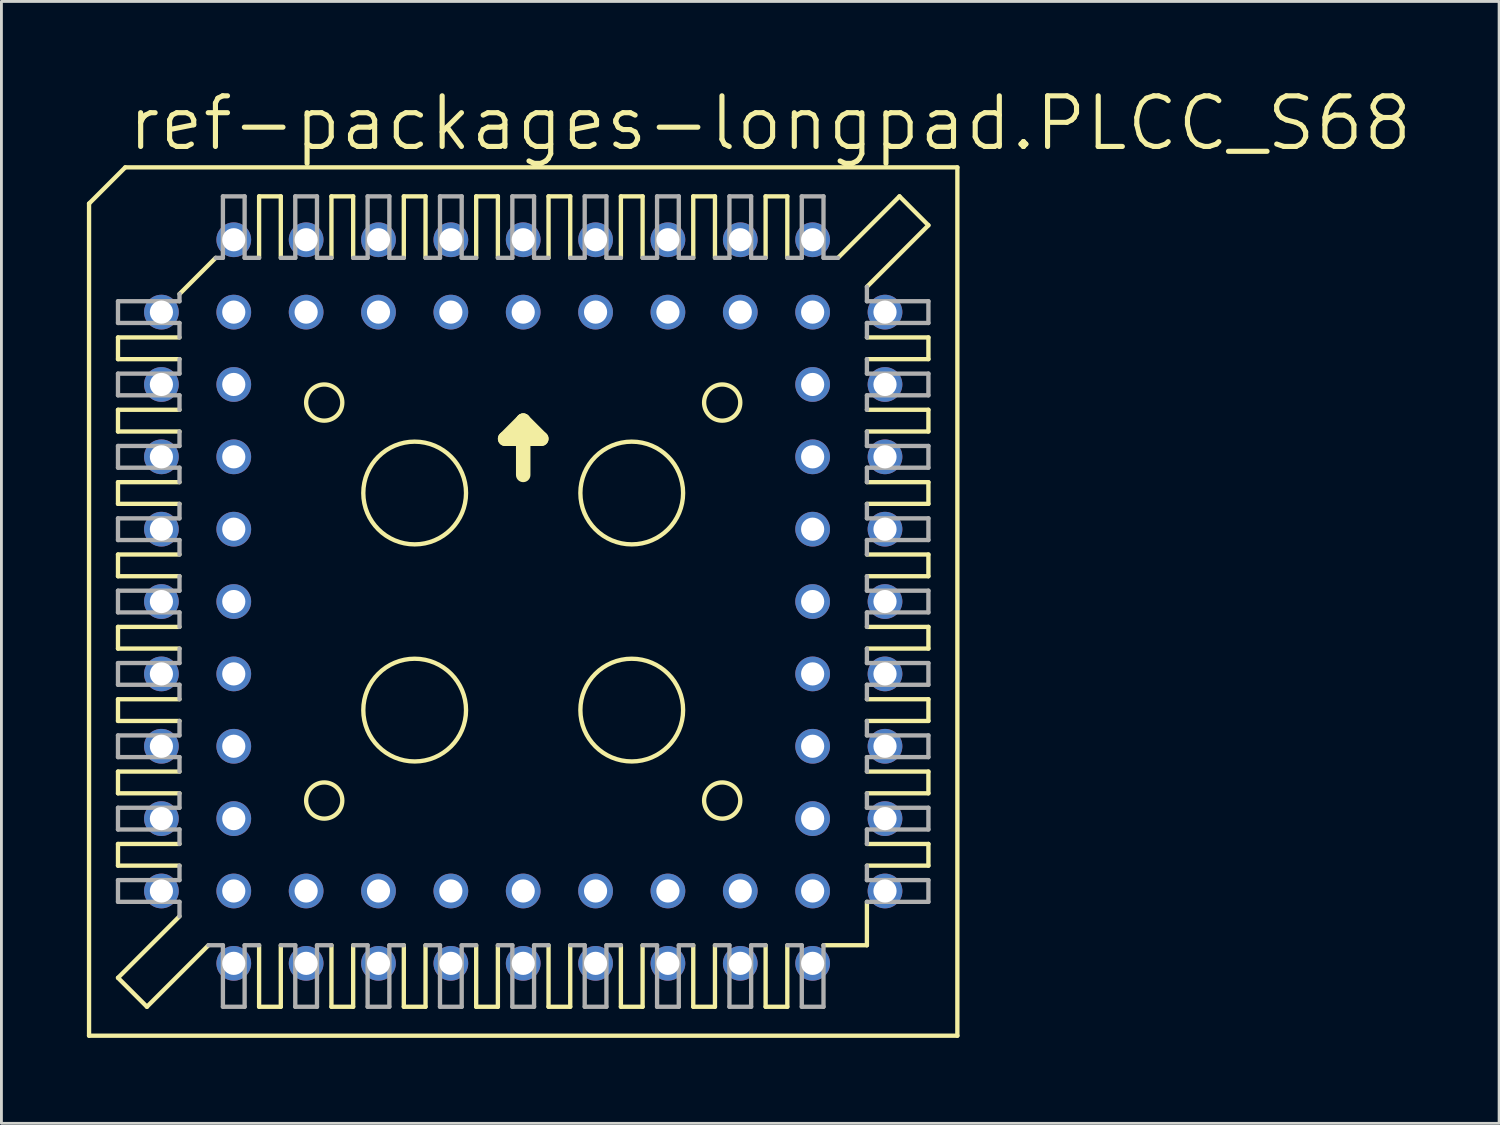
<source format=kicad_pcb>
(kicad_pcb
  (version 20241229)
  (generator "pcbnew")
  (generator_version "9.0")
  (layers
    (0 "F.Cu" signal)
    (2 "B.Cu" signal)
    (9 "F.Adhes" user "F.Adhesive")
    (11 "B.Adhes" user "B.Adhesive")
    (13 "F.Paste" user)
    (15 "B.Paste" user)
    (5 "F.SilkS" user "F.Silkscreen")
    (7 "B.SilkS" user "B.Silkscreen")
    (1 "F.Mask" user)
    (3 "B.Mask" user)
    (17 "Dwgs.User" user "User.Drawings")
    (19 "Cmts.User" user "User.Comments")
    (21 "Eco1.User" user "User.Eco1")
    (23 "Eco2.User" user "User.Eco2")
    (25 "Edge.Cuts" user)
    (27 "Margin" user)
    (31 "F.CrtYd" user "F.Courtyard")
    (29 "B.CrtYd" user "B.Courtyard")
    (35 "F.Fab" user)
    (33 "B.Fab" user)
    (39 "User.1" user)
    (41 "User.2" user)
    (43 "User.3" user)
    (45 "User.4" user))
  (footprint "ref-packages-longpad.PLCC_S68"
    (layer "F.Cu")
    (at 15.316 18.066)
    (property "Reference" "ref-packages-longpad.PLCC_S68" (at -13.97 -15.748 0) (layer "F.SilkS") (effects (font (size 1.778 1.778) (thickness 0.18)) (justify left bottom)))
    (attr through_hole)
    (fp_line (start -15.24 -13.97) (end -15.24 15.24) (stroke (width 0.152) (type default)) (layer "F.SilkS"))
    (fp_line (start -14.224 -9.271) (end -14.224 -8.509) (stroke (width 0.152) (type default)) (layer "F.SilkS"))
    (fp_line (start -14.224 -9.271) (end -12.065 -9.271) (stroke (width 0.152) (type default)) (layer "F.SilkS"))
    (fp_line (start -14.224 -6.731) (end -14.224 -5.969) (stroke (width 0.152) (type default)) (layer "F.SilkS"))
    (fp_line (start -14.224 -6.731) (end -12.065 -6.731) (stroke (width 0.152) (type default)) (layer "F.SilkS"))
    (fp_line (start -14.224 -4.191) (end -14.224 -3.429) (stroke (width 0.152) (type default)) (layer "F.SilkS"))
    (fp_line (start -14.224 -4.191) (end -12.065 -4.191) (stroke (width 0.152) (type default)) (layer "F.SilkS"))
    (fp_line (start -14.224 -0.889) (end -14.224 -1.651) (stroke (width 0.152) (type default)) (layer "F.SilkS"))
    (fp_line (start -14.224 -0.889) (end -12.065 -0.889) (stroke (width 0.152) (type default)) (layer "F.SilkS"))
    (fp_line (start -14.224 1.651) (end -14.224 0.889) (stroke (width 0.152) (type default)) (layer "F.SilkS"))
    (fp_line (start -14.224 1.651) (end -12.065 1.651) (stroke (width 0.152) (type default)) (layer "F.SilkS"))
    (fp_line (start -14.224 4.191) (end -14.224 3.429) (stroke (width 0.152) (type default)) (layer "F.SilkS"))
    (fp_line (start -14.224 4.191) (end -12.065 4.191) (stroke (width 0.152) (type default)) (layer "F.SilkS"))
    (fp_line (start -14.224 5.969) (end -14.224 6.731) (stroke (width 0.152) (type default)) (layer "F.SilkS"))
    (fp_line (start -14.224 5.969) (end -12.065 5.969) (stroke (width 0.152) (type default)) (layer "F.SilkS"))
    (fp_line (start -14.224 8.509) (end -14.224 9.271) (stroke (width 0.152) (type default)) (layer "F.SilkS"))
    (fp_line (start -14.224 8.509) (end -12.065 8.509) (stroke (width 0.152) (type default)) (layer "F.SilkS"))
    (fp_line (start -14.224 13.208) (end -12.065 11.049) (stroke (width 0.152) (type default)) (layer "F.SilkS"))
    (fp_line (start -13.97 -15.24) (end -15.24 -13.97) (stroke (width 0.152) (type default)) (layer "F.SilkS"))
    (fp_line (start -13.208 14.224) (end -14.224 13.208) (stroke (width 0.152) (type default)) (layer "F.SilkS"))
    (fp_line (start -13.208 14.224) (end -11.049 12.065) (stroke (width 0.152) (type default)) (layer "F.SilkS"))
    (fp_line (start -12.065 -10.795) (end -10.795 -12.065) (stroke (width 0.152) (type default)) (layer "F.SilkS"))
    (fp_line (start -12.065 -8.509) (end -14.224 -8.509) (stroke (width 0.152) (type default)) (layer "F.SilkS"))
    (fp_line (start -12.065 -5.969) (end -14.224 -5.969) (stroke (width 0.152) (type default)) (layer "F.SilkS"))
    (fp_line (start -12.065 -3.429) (end -14.224 -3.429) (stroke (width 0.152) (type default)) (layer "F.SilkS"))
    (fp_line (start -12.065 -1.651) (end -14.224 -1.651) (stroke (width 0.152) (type default)) (layer "F.SilkS"))
    (fp_line (start -12.065 0.889) (end -14.224 0.889) (stroke (width 0.152) (type default)) (layer "F.SilkS"))
    (fp_line (start -12.065 3.429) (end -14.224 3.429) (stroke (width 0.152) (type default)) (layer "F.SilkS"))
    (fp_line (start -12.065 6.731) (end -14.224 6.731) (stroke (width 0.152) (type default)) (layer "F.SilkS"))
    (fp_line (start -12.065 9.271) (end -14.224 9.271) (stroke (width 0.152) (type default)) (layer "F.SilkS"))
    (fp_line (start -9.271 -12.065) (end -9.271 -14.224) (stroke (width 0.152) (type default)) (layer "F.SilkS"))
    (fp_line (start -9.271 14.224) (end -9.271 12.065) (stroke (width 0.152) (type default)) (layer "F.SilkS"))
    (fp_line (start -9.271 14.224) (end -8.509 14.224) (stroke (width 0.152) (type default)) (layer "F.SilkS"))
    (fp_line (start -8.509 -14.224) (end -9.271 -14.224) (stroke (width 0.152) (type default)) (layer "F.SilkS"))
    (fp_line (start -8.509 -14.224) (end -8.509 -12.065) (stroke (width 0.152) (type default)) (layer "F.SilkS"))
    (fp_line (start -8.509 12.065) (end -8.509 14.224) (stroke (width 0.152) (type default)) (layer "F.SilkS"))
    (fp_line (start -6.731 -12.065) (end -6.731 -14.224) (stroke (width 0.152) (type default)) (layer "F.SilkS"))
    (fp_line (start -6.731 14.224) (end -6.731 12.065) (stroke (width 0.152) (type default)) (layer "F.SilkS"))
    (fp_line (start -6.731 14.224) (end -5.969 14.224) (stroke (width 0.152) (type default)) (layer "F.SilkS"))
    (fp_line (start -5.969 -14.224) (end -6.731 -14.224) (stroke (width 0.152) (type default)) (layer "F.SilkS"))
    (fp_line (start -5.969 -14.224) (end -5.969 -12.065) (stroke (width 0.152) (type default)) (layer "F.SilkS"))
    (fp_line (start -5.969 12.065) (end -5.969 14.224) (stroke (width 0.152) (type default)) (layer "F.SilkS"))
    (fp_line (start -4.191 -12.065) (end -4.191 -14.224) (stroke (width 0.152) (type default)) (layer "F.SilkS"))
    (fp_line (start -4.191 14.224) (end -4.191 12.065) (stroke (width 0.152) (type default)) (layer "F.SilkS"))
    (fp_line (start -4.191 14.224) (end -3.429 14.224) (stroke (width 0.152) (type default)) (layer "F.SilkS"))
    (fp_line (start -3.429 -14.224) (end -4.191 -14.224) (stroke (width 0.152) (type default)) (layer "F.SilkS"))
    (fp_line (start -3.429 -14.224) (end -3.429 -12.065) (stroke (width 0.152) (type default)) (layer "F.SilkS"))
    (fp_line (start -3.429 12.065) (end -3.429 14.224) (stroke (width 0.152) (type default)) (layer "F.SilkS"))
    (fp_line (start -1.651 -12.065) (end -1.651 -14.224) (stroke (width 0.152) (type default)) (layer "F.SilkS"))
    (fp_line (start -1.651 14.224) (end -1.651 12.065) (stroke (width 0.152) (type default)) (layer "F.SilkS"))
    (fp_line (start -1.651 14.224) (end -0.889 14.224) (stroke (width 0.152) (type default)) (layer "F.SilkS"))
    (fp_line (start -0.889 -14.224) (end -1.651 -14.224) (stroke (width 0.152) (type default)) (layer "F.SilkS"))
    (fp_line (start -0.889 -14.224) (end -0.889 -12.065) (stroke (width 0.152) (type default)) (layer "F.SilkS"))
    (fp_line (start -0.889 12.065) (end -0.889 14.224) (stroke (width 0.152) (type default)) (layer "F.SilkS"))
    (fp_line (start -0.635 -5.715) (end 0 -6.35) (stroke (width 0.508) (type default)) (layer "F.SilkS"))
    (fp_line (start 0 -6.35) (end 0 -4.445) (stroke (width 0.508) (type default)) (layer "F.SilkS"))
    (fp_line (start 0 -6.35) (end 0.635 -5.715) (stroke (width 0.508) (type default)) (layer "F.SilkS"))
    (fp_line (start 0.635 -5.715) (end -0.635 -5.715) (stroke (width 0.508) (type default)) (layer "F.SilkS"))
    (fp_line (start 0.889 -12.065) (end 0.889 -14.224) (stroke (width 0.152) (type default)) (layer "F.SilkS"))
    (fp_line (start 0.889 14.224) (end 0.889 12.065) (stroke (width 0.152) (type default)) (layer "F.SilkS"))
    (fp_line (start 0.889 14.224) (end 1.651 14.224) (stroke (width 0.152) (type default)) (layer "F.SilkS"))
    (fp_line (start 1.651 -14.224) (end 0.889 -14.224) (stroke (width 0.152) (type default)) (layer "F.SilkS"))
    (fp_line (start 1.651 -14.224) (end 1.651 -12.065) (stroke (width 0.152) (type default)) (layer "F.SilkS"))
    (fp_line (start 1.651 12.065) (end 1.651 14.224) (stroke (width 0.152) (type default)) (layer "F.SilkS"))
    (fp_line (start 3.429 -12.065) (end 3.429 -14.224) (stroke (width 0.152) (type default)) (layer "F.SilkS"))
    (fp_line (start 3.429 14.224) (end 3.429 12.065) (stroke (width 0.152) (type default)) (layer "F.SilkS"))
    (fp_line (start 3.429 14.224) (end 4.191 14.224) (stroke (width 0.152) (type default)) (layer "F.SilkS"))
    (fp_line (start 4.191 -14.224) (end 3.429 -14.224) (stroke (width 0.152) (type default)) (layer "F.SilkS"))
    (fp_line (start 4.191 -14.224) (end 4.191 -12.065) (stroke (width 0.152) (type default)) (layer "F.SilkS"))
    (fp_line (start 4.191 12.065) (end 4.191 14.224) (stroke (width 0.152) (type default)) (layer "F.SilkS"))
    (fp_line (start 5.969 -12.065) (end 5.969 -14.224) (stroke (width 0.152) (type default)) (layer "F.SilkS"))
    (fp_line (start 5.969 14.224) (end 5.969 12.065) (stroke (width 0.152) (type default)) (layer "F.SilkS"))
    (fp_line (start 5.969 14.224) (end 6.731 14.224) (stroke (width 0.152) (type default)) (layer "F.SilkS"))
    (fp_line (start 6.731 -14.224) (end 5.969 -14.224) (stroke (width 0.152) (type default)) (layer "F.SilkS"))
    (fp_line (start 6.731 -14.224) (end 6.731 -12.065) (stroke (width 0.152) (type default)) (layer "F.SilkS"))
    (fp_line (start 6.731 12.065) (end 6.731 14.224) (stroke (width 0.152) (type default)) (layer "F.SilkS"))
    (fp_line (start 8.509 -12.065) (end 8.509 -14.224) (stroke (width 0.152) (type default)) (layer "F.SilkS"))
    (fp_line (start 8.509 14.224) (end 8.509 12.065) (stroke (width 0.152) (type default)) (layer "F.SilkS"))
    (fp_line (start 8.509 14.224) (end 9.271 14.224) (stroke (width 0.152) (type default)) (layer "F.SilkS"))
    (fp_line (start 9.271 -14.224) (end 8.509 -14.224) (stroke (width 0.152) (type default)) (layer "F.SilkS"))
    (fp_line (start 9.271 -14.224) (end 9.271 -12.065) (stroke (width 0.152) (type default)) (layer "F.SilkS"))
    (fp_line (start 9.271 14.224) (end 9.271 12.065) (stroke (width 0.152) (type default)) (layer "F.SilkS"))
    (fp_line (start 10.541 12.065) (end 12.065 12.065) (stroke (width 0.152) (type default)) (layer "F.SilkS"))
    (fp_line (start 12.065 -9.271) (end 14.224 -9.271) (stroke (width 0.152) (type default)) (layer "F.SilkS"))
    (fp_line (start 12.065 -6.731) (end 14.224 -6.731) (stroke (width 0.152) (type default)) (layer "F.SilkS"))
    (fp_line (start 12.065 -3.429) (end 14.224 -3.429) (stroke (width 0.152) (type default)) (layer "F.SilkS"))
    (fp_line (start 12.065 -0.889) (end 14.224 -0.889) (stroke (width 0.152) (type default)) (layer "F.SilkS"))
    (fp_line (start 12.065 1.651) (end 14.224 1.651) (stroke (width 0.152) (type default)) (layer "F.SilkS"))
    (fp_line (start 12.065 3.429) (end 14.224 3.429) (stroke (width 0.152) (type default)) (layer "F.SilkS"))
    (fp_line (start 12.065 5.969) (end 14.224 5.969) (stroke (width 0.152) (type default)) (layer "F.SilkS"))
    (fp_line (start 12.065 8.509) (end 14.224 8.509) (stroke (width 0.152) (type default)) (layer "F.SilkS"))
    (fp_line (start 12.065 12.065) (end 12.065 10.541) (stroke (width 0.152) (type default)) (layer "F.SilkS"))
    (fp_line (start 13.208 -14.224) (end 11.049 -12.065) (stroke (width 0.152) (type default)) (layer "F.SilkS"))
    (fp_line (start 14.224 -13.208) (end 12.065 -11.049) (stroke (width 0.152) (type default)) (layer "F.SilkS"))
    (fp_line (start 14.224 -13.208) (end 13.208 -14.224) (stroke (width 0.152) (type default)) (layer "F.SilkS"))
    (fp_line (start 14.224 -8.509) (end 12.065 -8.509) (stroke (width 0.152) (type default)) (layer "F.SilkS"))
    (fp_line (start 14.224 -8.509) (end 14.224 -9.271) (stroke (width 0.152) (type default)) (layer "F.SilkS"))
    (fp_line (start 14.224 -5.969) (end 12.065 -5.969) (stroke (width 0.152) (type default)) (layer "F.SilkS"))
    (fp_line (start 14.224 -5.969) (end 14.224 -6.731) (stroke (width 0.152) (type default)) (layer "F.SilkS"))
    (fp_line (start 14.224 -4.191) (end 12.065 -4.191) (stroke (width 0.152) (type default)) (layer "F.SilkS"))
    (fp_line (start 14.224 -4.191) (end 14.224 -3.429) (stroke (width 0.152) (type default)) (layer "F.SilkS"))
    (fp_line (start 14.224 -1.651) (end 12.065 -1.651) (stroke (width 0.152) (type default)) (layer "F.SilkS"))
    (fp_line (start 14.224 -1.651) (end 14.224 -0.889) (stroke (width 0.152) (type default)) (layer "F.SilkS"))
    (fp_line (start 14.224 0.889) (end 12.065 0.889) (stroke (width 0.152) (type default)) (layer "F.SilkS"))
    (fp_line (start 14.224 0.889) (end 14.224 1.651) (stroke (width 0.152) (type default)) (layer "F.SilkS"))
    (fp_line (start 14.224 4.191) (end 12.065 4.191) (stroke (width 0.152) (type default)) (layer "F.SilkS"))
    (fp_line (start 14.224 4.191) (end 14.224 3.429) (stroke (width 0.152) (type default)) (layer "F.SilkS"))
    (fp_line (start 14.224 6.731) (end 12.065 6.731) (stroke (width 0.152) (type default)) (layer "F.SilkS"))
    (fp_line (start 14.224 6.731) (end 14.224 5.969) (stroke (width 0.152) (type default)) (layer "F.SilkS"))
    (fp_line (start 14.224 9.271) (end 12.065 9.271) (stroke (width 0.152) (type default)) (layer "F.SilkS"))
    (fp_line (start 14.224 9.271) (end 14.224 8.509) (stroke (width 0.152) (type default)) (layer "F.SilkS"))
    (fp_line (start 15.24 -15.24) (end -13.97 -15.24) (stroke (width 0.152) (type default)) (layer "F.SilkS"))
    (fp_line (start 15.24 15.24) (end -15.24 15.24) (stroke (width 0.152) (type default)) (layer "F.SilkS"))
    (fp_line (start 15.24 15.24) (end 15.24 -15.24) (stroke (width 0.152) (type default)) (layer "F.SilkS"))
    (fp_circle (center -6.985 -6.985) (end -6.35 -6.985) (stroke (width 0.152) (type default)) (fill no) (layer "F.SilkS"))
    (fp_circle (center -6.985 6.985) (end -6.35 6.985) (stroke (width 0.152) (type default)) (fill no) (layer "F.SilkS"))
    (fp_circle (center -3.81 -3.81) (end -2.007 -3.81) (stroke (width 0.152) (type default)) (fill no) (layer "F.SilkS"))
    (fp_circle (center -3.81 3.81) (end -2.007 3.81) (stroke (width 0.152) (type default)) (fill no) (layer "F.SilkS"))
    (fp_circle (center 3.81 -3.81) (end 5.613 -3.81) (stroke (width 0.152) (type default)) (fill no) (layer "F.SilkS"))
    (fp_circle (center 3.81 3.81) (end 5.613 3.81) (stroke (width 0.152) (type default)) (fill no) (layer "F.SilkS"))
    (fp_circle (center 6.985 -6.985) (end 7.62 -6.985) (stroke (width 0.152) (type default)) (fill no) (layer "F.SilkS"))
    (fp_circle (center 6.985 6.985) (end 7.62 6.985) (stroke (width 0.152) (type default)) (fill no) (layer "F.SilkS"))
    (fp_line (start -14.224 -10.541) (end -14.224 -9.779) (stroke (width 0.152) (type default)) (layer "F.Fab"))
    (fp_line (start -14.224 -10.541) (end -12.065 -10.541) (stroke (width 0.152) (type default)) (layer "F.Fab"))
    (fp_line (start -14.224 -7.239) (end -14.224 -8.001) (stroke (width 0.152) (type default)) (layer "F.Fab"))
    (fp_line (start -14.224 -7.239) (end -12.065 -7.239) (stroke (width 0.152) (type default)) (layer "F.Fab"))
    (fp_line (start -14.224 -5.461) (end -14.224 -4.699) (stroke (width 0.152) (type default)) (layer "F.Fab"))
    (fp_line (start -14.224 -5.461) (end -12.065 -5.461) (stroke (width 0.152) (type default)) (layer "F.Fab"))
    (fp_line (start -14.224 -2.921) (end -14.224 -2.159) (stroke (width 0.152) (type default)) (layer "F.Fab"))
    (fp_line (start -14.224 -2.921) (end -12.065 -2.921) (stroke (width 0.152) (type default)) (layer "F.Fab"))
    (fp_line (start -14.224 0.381) (end -14.224 -0.381) (stroke (width 0.152) (type default)) (layer "F.Fab"))
    (fp_line (start -14.224 0.381) (end -12.065 0.381) (stroke (width 0.152) (type default)) (layer "F.Fab"))
    (fp_line (start -14.224 2.921) (end -14.224 2.159) (stroke (width 0.152) (type default)) (layer "F.Fab"))
    (fp_line (start -14.224 2.921) (end -12.065 2.921) (stroke (width 0.152) (type default)) (layer "F.Fab"))
    (fp_line (start -14.224 5.461) (end -14.224 4.699) (stroke (width 0.152) (type default)) (layer "F.Fab"))
    (fp_line (start -14.224 5.461) (end -12.065 5.461) (stroke (width 0.152) (type default)) (layer "F.Fab"))
    (fp_line (start -14.224 7.239) (end -14.224 8.001) (stroke (width 0.152) (type default)) (layer "F.Fab"))
    (fp_line (start -14.224 7.239) (end -12.065 7.239) (stroke (width 0.152) (type default)) (layer "F.Fab"))
    (fp_line (start -14.224 9.779) (end -12.065 9.779) (stroke (width 0.152) (type default)) (layer "F.Fab"))
    (fp_line (start -14.224 10.541) (end -14.224 9.779) (stroke (width 0.152) (type default)) (layer "F.Fab"))
    (fp_line (start -14.224 10.541) (end -12.065 10.541) (stroke (width 0.152) (type default)) (layer "F.Fab"))
    (fp_line (start -12.065 -10.541) (end -12.065 -10.795) (stroke (width 0.152) (type default)) (layer "F.Fab"))
    (fp_line (start -12.065 -9.779) (end -14.224 -9.779) (stroke (width 0.152) (type default)) (layer "F.Fab"))
    (fp_line (start -12.065 -9.779) (end -12.065 -9.271) (stroke (width 0.152) (type default)) (layer "F.Fab"))
    (fp_line (start -12.065 -8.001) (end -14.224 -8.001) (stroke (width 0.152) (type default)) (layer "F.Fab"))
    (fp_line (start -12.065 -8.001) (end -12.065 -8.509) (stroke (width 0.152) (type default)) (layer "F.Fab"))
    (fp_line (start -12.065 -6.731) (end -12.065 -7.239) (stroke (width 0.152) (type default)) (layer "F.Fab"))
    (fp_line (start -12.065 -5.969) (end -12.065 -5.461) (stroke (width 0.152) (type default)) (layer "F.Fab"))
    (fp_line (start -12.065 -4.699) (end -14.224 -4.699) (stroke (width 0.152) (type default)) (layer "F.Fab"))
    (fp_line (start -12.065 -4.699) (end -12.065 -4.191) (stroke (width 0.152) (type default)) (layer "F.Fab"))
    (fp_line (start -12.065 -3.429) (end -12.065 -2.921) (stroke (width 0.152) (type default)) (layer "F.Fab"))
    (fp_line (start -12.065 -2.159) (end -14.224 -2.159) (stroke (width 0.152) (type default)) (layer "F.Fab"))
    (fp_line (start -12.065 -2.159) (end -12.065 -1.651) (stroke (width 0.152) (type default)) (layer "F.Fab"))
    (fp_line (start -12.065 -0.381) (end -14.224 -0.381) (stroke (width 0.152) (type default)) (layer "F.Fab"))
    (fp_line (start -12.065 -0.381) (end -12.065 -0.889) (stroke (width 0.152) (type default)) (layer "F.Fab"))
    (fp_line (start -12.065 0.889) (end -12.065 0.381) (stroke (width 0.152) (type default)) (layer "F.Fab"))
    (fp_line (start -12.065 2.159) (end -14.224 2.159) (stroke (width 0.152) (type default)) (layer "F.Fab"))
    (fp_line (start -12.065 2.159) (end -12.065 1.651) (stroke (width 0.152) (type default)) (layer "F.Fab"))
    (fp_line (start -12.065 3.429) (end -12.065 2.921) (stroke (width 0.152) (type default)) (layer "F.Fab"))
    (fp_line (start -12.065 4.699) (end -14.224 4.699) (stroke (width 0.152) (type default)) (layer "F.Fab"))
    (fp_line (start -12.065 4.699) (end -12.065 4.191) (stroke (width 0.152) (type default)) (layer "F.Fab"))
    (fp_line (start -12.065 5.461) (end -12.065 5.969) (stroke (width 0.152) (type default)) (layer "F.Fab"))
    (fp_line (start -12.065 6.731) (end -12.065 7.239) (stroke (width 0.152) (type default)) (layer "F.Fab"))
    (fp_line (start -12.065 8.001) (end -14.224 8.001) (stroke (width 0.152) (type default)) (layer "F.Fab"))
    (fp_line (start -12.065 8.001) (end -12.065 8.509) (stroke (width 0.152) (type default)) (layer "F.Fab"))
    (fp_line (start -12.065 9.271) (end -12.065 9.779) (stroke (width 0.152) (type default)) (layer "F.Fab"))
    (fp_line (start -12.065 11.049) (end -12.065 10.541) (stroke (width 0.152) (type default)) (layer "F.Fab"))
    (fp_line (start -11.049 12.065) (end -10.541 12.065) (stroke (width 0.152) (type default)) (layer "F.Fab"))
    (fp_line (start -10.795 -12.065) (end -10.541 -12.065) (stroke (width 0.152) (type default)) (layer "F.Fab"))
    (fp_line (start -10.541 -12.065) (end -10.541 -14.224) (stroke (width 0.152) (type default)) (layer "F.Fab"))
    (fp_line (start -10.541 14.224) (end -10.541 12.065) (stroke (width 0.152) (type default)) (layer "F.Fab"))
    (fp_line (start -10.541 14.224) (end -9.779 14.224) (stroke (width 0.152) (type default)) (layer "F.Fab"))
    (fp_line (start -9.779 -14.224) (end -10.541 -14.224) (stroke (width 0.152) (type default)) (layer "F.Fab"))
    (fp_line (start -9.779 -14.224) (end -9.779 -12.065) (stroke (width 0.152) (type default)) (layer "F.Fab"))
    (fp_line (start -9.779 12.065) (end -9.779 14.224) (stroke (width 0.152) (type default)) (layer "F.Fab"))
    (fp_line (start -9.779 12.065) (end -9.271 12.065) (stroke (width 0.152) (type default)) (layer "F.Fab"))
    (fp_line (start -9.271 -12.065) (end -9.779 -12.065) (stroke (width 0.152) (type default)) (layer "F.Fab"))
    (fp_line (start -8.001 -12.065) (end -8.509 -12.065) (stroke (width 0.152) (type default)) (layer "F.Fab"))
    (fp_line (start -8.001 -12.065) (end -8.001 -14.224) (stroke (width 0.152) (type default)) (layer "F.Fab"))
    (fp_line (start -8.001 12.065) (end -8.509 12.065) (stroke (width 0.152) (type default)) (layer "F.Fab"))
    (fp_line (start -8.001 12.065) (end -8.001 14.224) (stroke (width 0.152) (type default)) (layer "F.Fab"))
    (fp_line (start -7.239 -14.224) (end -8.001 -14.224) (stroke (width 0.152) (type default)) (layer "F.Fab"))
    (fp_line (start -7.239 -14.224) (end -7.239 -12.065) (stroke (width 0.152) (type default)) (layer "F.Fab"))
    (fp_line (start -7.239 14.224) (end -8.001 14.224) (stroke (width 0.152) (type default)) (layer "F.Fab"))
    (fp_line (start -7.239 14.224) (end -7.239 12.065) (stroke (width 0.152) (type default)) (layer "F.Fab"))
    (fp_line (start -6.731 -12.065) (end -7.239 -12.065) (stroke (width 0.152) (type default)) (layer "F.Fab"))
    (fp_line (start -6.731 12.065) (end -7.239 12.065) (stroke (width 0.152) (type default)) (layer "F.Fab"))
    (fp_line (start -5.969 12.065) (end -5.461 12.065) (stroke (width 0.152) (type default)) (layer "F.Fab"))
    (fp_line (start -5.461 -12.065) (end -5.969 -12.065) (stroke (width 0.152) (type default)) (layer "F.Fab"))
    (fp_line (start -5.461 -12.065) (end -5.461 -14.224) (stroke (width 0.152) (type default)) (layer "F.Fab"))
    (fp_line (start -5.461 14.224) (end -5.461 12.065) (stroke (width 0.152) (type default)) (layer "F.Fab"))
    (fp_line (start -5.461 14.224) (end -4.699 14.224) (stroke (width 0.152) (type default)) (layer "F.Fab"))
    (fp_line (start -4.699 -14.224) (end -5.461 -14.224) (stroke (width 0.152) (type default)) (layer "F.Fab"))
    (fp_line (start -4.699 -14.224) (end -4.699 -12.065) (stroke (width 0.152) (type default)) (layer "F.Fab"))
    (fp_line (start -4.699 12.065) (end -4.699 14.224) (stroke (width 0.152) (type default)) (layer "F.Fab"))
    (fp_line (start -4.699 12.065) (end -4.191 12.065) (stroke (width 0.152) (type default)) (layer "F.Fab"))
    (fp_line (start -4.191 -12.065) (end -4.699 -12.065) (stroke (width 0.152) (type default)) (layer "F.Fab"))
    (fp_line (start -3.429 12.065) (end -2.921 12.065) (stroke (width 0.152) (type default)) (layer "F.Fab"))
    (fp_line (start -2.921 -12.065) (end -3.429 -12.065) (stroke (width 0.152) (type default)) (layer "F.Fab"))
    (fp_line (start -2.921 -12.065) (end -2.921 -14.224) (stroke (width 0.152) (type default)) (layer "F.Fab"))
    (fp_line (start -2.921 14.224) (end -2.921 12.065) (stroke (width 0.152) (type default)) (layer "F.Fab"))
    (fp_line (start -2.921 14.224) (end -2.159 14.224) (stroke (width 0.152) (type default)) (layer "F.Fab"))
    (fp_line (start -2.159 -14.224) (end -2.921 -14.224) (stroke (width 0.152) (type default)) (layer "F.Fab"))
    (fp_line (start -2.159 -14.224) (end -2.159 -12.065) (stroke (width 0.152) (type default)) (layer "F.Fab"))
    (fp_line (start -2.159 12.065) (end -2.159 14.224) (stroke (width 0.152) (type default)) (layer "F.Fab"))
    (fp_line (start -2.159 12.065) (end -1.651 12.065) (stroke (width 0.152) (type default)) (layer "F.Fab"))
    (fp_line (start -1.651 -12.065) (end -2.159 -12.065) (stroke (width 0.152) (type default)) (layer "F.Fab"))
    (fp_line (start -0.889 12.065) (end -0.381 12.065) (stroke (width 0.152) (type default)) (layer "F.Fab"))
    (fp_line (start -0.381 -12.065) (end -0.889 -12.065) (stroke (width 0.152) (type default)) (layer "F.Fab"))
    (fp_line (start -0.381 -12.065) (end -0.381 -14.224) (stroke (width 0.152) (type default)) (layer "F.Fab"))
    (fp_line (start -0.381 14.224) (end -0.381 12.065) (stroke (width 0.152) (type default)) (layer "F.Fab"))
    (fp_line (start -0.381 14.224) (end 0.381 14.224) (stroke (width 0.152) (type default)) (layer "F.Fab"))
    (fp_line (start 0.381 -14.224) (end -0.381 -14.224) (stroke (width 0.152) (type default)) (layer "F.Fab"))
    (fp_line (start 0.381 -14.224) (end 0.381 -12.065) (stroke (width 0.152) (type default)) (layer "F.Fab"))
    (fp_line (start 0.381 12.065) (end 0.381 14.224) (stroke (width 0.152) (type default)) (layer "F.Fab"))
    (fp_line (start 0.381 12.065) (end 0.889 12.065) (stroke (width 0.152) (type default)) (layer "F.Fab"))
    (fp_line (start 0.889 -12.065) (end 0.381 -12.065) (stroke (width 0.152) (type default)) (layer "F.Fab"))
    (fp_line (start 1.651 12.065) (end 2.159 12.065) (stroke (width 0.152) (type default)) (layer "F.Fab"))
    (fp_line (start 2.159 -12.065) (end 1.651 -12.065) (stroke (width 0.152) (type default)) (layer "F.Fab"))
    (fp_line (start 2.159 -12.065) (end 2.159 -14.224) (stroke (width 0.152) (type default)) (layer "F.Fab"))
    (fp_line (start 2.159 14.224) (end 2.159 12.065) (stroke (width 0.152) (type default)) (layer "F.Fab"))
    (fp_line (start 2.159 14.224) (end 2.921 14.224) (stroke (width 0.152) (type default)) (layer "F.Fab"))
    (fp_line (start 2.921 -14.224) (end 2.159 -14.224) (stroke (width 0.152) (type default)) (layer "F.Fab"))
    (fp_line (start 2.921 -14.224) (end 2.921 -12.065) (stroke (width 0.152) (type default)) (layer "F.Fab"))
    (fp_line (start 2.921 12.065) (end 2.921 14.224) (stroke (width 0.152) (type default)) (layer "F.Fab"))
    (fp_line (start 2.921 12.065) (end 3.429 12.065) (stroke (width 0.152) (type default)) (layer "F.Fab"))
    (fp_line (start 3.429 -12.065) (end 2.921 -12.065) (stroke (width 0.152) (type default)) (layer "F.Fab"))
    (fp_line (start 4.191 12.065) (end 4.699 12.065) (stroke (width 0.152) (type default)) (layer "F.Fab"))
    (fp_line (start 4.699 -12.065) (end 4.191 -12.065) (stroke (width 0.152) (type default)) (layer "F.Fab"))
    (fp_line (start 4.699 -12.065) (end 4.699 -14.224) (stroke (width 0.152) (type default)) (layer "F.Fab"))
    (fp_line (start 4.699 14.224) (end 4.699 12.065) (stroke (width 0.152) (type default)) (layer "F.Fab"))
    (fp_line (start 4.699 14.224) (end 5.461 14.224) (stroke (width 0.152) (type default)) (layer "F.Fab"))
    (fp_line (start 5.461 -14.224) (end 4.699 -14.224) (stroke (width 0.152) (type default)) (layer "F.Fab"))
    (fp_line (start 5.461 -14.224) (end 5.461 -12.065) (stroke (width 0.152) (type default)) (layer "F.Fab"))
    (fp_line (start 5.461 12.065) (end 5.461 14.224) (stroke (width 0.152) (type default)) (layer "F.Fab"))
    (fp_line (start 5.461 12.065) (end 5.969 12.065) (stroke (width 0.152) (type default)) (layer "F.Fab"))
    (fp_line (start 5.969 -12.065) (end 5.461 -12.065) (stroke (width 0.152) (type default)) (layer "F.Fab"))
    (fp_line (start 6.731 -12.065) (end 7.239 -12.065) (stroke (width 0.152) (type default)) (layer "F.Fab"))
    (fp_line (start 6.731 12.065) (end 7.239 12.065) (stroke (width 0.152) (type default)) (layer "F.Fab"))
    (fp_line (start 7.239 -14.224) (end 7.239 -12.065) (stroke (width 0.152) (type default)) (layer "F.Fab"))
    (fp_line (start 7.239 -14.224) (end 8.001 -14.224) (stroke (width 0.152) (type default)) (layer "F.Fab"))
    (fp_line (start 7.239 14.224) (end 7.239 12.065) (stroke (width 0.152) (type default)) (layer "F.Fab"))
    (fp_line (start 7.239 14.224) (end 8.001 14.224) (stroke (width 0.152) (type default)) (layer "F.Fab"))
    (fp_line (start 8.001 -12.065) (end 8.001 -14.224) (stroke (width 0.152) (type default)) (layer "F.Fab"))
    (fp_line (start 8.001 -12.065) (end 8.509 -12.065) (stroke (width 0.152) (type default)) (layer "F.Fab"))
    (fp_line (start 8.001 12.065) (end 8.001 14.224) (stroke (width 0.152) (type default)) (layer "F.Fab"))
    (fp_line (start 8.001 12.065) (end 8.509 12.065) (stroke (width 0.152) (type default)) (layer "F.Fab"))
    (fp_line (start 9.779 -12.065) (end 9.271 -12.065) (stroke (width 0.152) (type default)) (layer "F.Fab"))
    (fp_line (start 9.779 -12.065) (end 9.779 -14.224) (stroke (width 0.152) (type default)) (layer "F.Fab"))
    (fp_line (start 9.779 12.065) (end 9.271 12.065) (stroke (width 0.152) (type default)) (layer "F.Fab"))
    (fp_line (start 9.779 14.224) (end 9.779 12.065) (stroke (width 0.152) (type default)) (layer "F.Fab"))
    (fp_line (start 9.779 14.224) (end 10.541 14.224) (stroke (width 0.152) (type default)) (layer "F.Fab"))
    (fp_line (start 10.541 -14.224) (end 9.779 -14.224) (stroke (width 0.152) (type default)) (layer "F.Fab"))
    (fp_line (start 10.541 -14.224) (end 10.541 -12.065) (stroke (width 0.152) (type default)) (layer "F.Fab"))
    (fp_line (start 10.541 12.065) (end 10.541 14.224) (stroke (width 0.152) (type default)) (layer "F.Fab"))
    (fp_line (start 11.049 -12.065) (end 10.541 -12.065) (stroke (width 0.152) (type default)) (layer "F.Fab"))
    (fp_line (start 12.065 -11.049) (end 12.065 -10.541) (stroke (width 0.152) (type default)) (layer "F.Fab"))
    (fp_line (start 12.065 -9.779) (end 12.065 -9.271) (stroke (width 0.152) (type default)) (layer "F.Fab"))
    (fp_line (start 12.065 -9.779) (end 14.224 -9.779) (stroke (width 0.152) (type default)) (layer "F.Fab"))
    (fp_line (start 12.065 -8.001) (end 12.065 -8.509) (stroke (width 0.152) (type default)) (layer "F.Fab"))
    (fp_line (start 12.065 -8.001) (end 14.224 -8.001) (stroke (width 0.152) (type default)) (layer "F.Fab"))
    (fp_line (start 12.065 -6.731) (end 12.065 -7.239) (stroke (width 0.152) (type default)) (layer "F.Fab"))
    (fp_line (start 12.065 -5.461) (end 12.065 -5.969) (stroke (width 0.152) (type default)) (layer "F.Fab"))
    (fp_line (start 12.065 -4.699) (end 12.065 -4.191) (stroke (width 0.152) (type default)) (layer "F.Fab"))
    (fp_line (start 12.065 -4.699) (end 14.224 -4.699) (stroke (width 0.152) (type default)) (layer "F.Fab"))
    (fp_line (start 12.065 -3.429) (end 12.065 -2.921) (stroke (width 0.152) (type default)) (layer "F.Fab"))
    (fp_line (start 12.065 -2.159) (end 12.065 -1.651) (stroke (width 0.152) (type default)) (layer "F.Fab"))
    (fp_line (start 12.065 -2.159) (end 14.224 -2.159) (stroke (width 0.152) (type default)) (layer "F.Fab"))
    (fp_line (start 12.065 -0.889) (end 12.065 -0.381) (stroke (width 0.152) (type default)) (layer "F.Fab"))
    (fp_line (start 12.065 0.381) (end 12.065 0.889) (stroke (width 0.152) (type default)) (layer "F.Fab"))
    (fp_line (start 12.065 0.381) (end 14.224 0.381) (stroke (width 0.152) (type default)) (layer "F.Fab"))
    (fp_line (start 12.065 1.651) (end 12.065 2.159) (stroke (width 0.152) (type default)) (layer "F.Fab"))
    (fp_line (start 12.065 2.159) (end 14.224 2.159) (stroke (width 0.152) (type default)) (layer "F.Fab"))
    (fp_line (start 12.065 3.429) (end 12.065 2.921) (stroke (width 0.152) (type default)) (layer "F.Fab"))
    (fp_line (start 12.065 4.699) (end 12.065 4.191) (stroke (width 0.152) (type default)) (layer "F.Fab"))
    (fp_line (start 12.065 4.699) (end 14.224 4.699) (stroke (width 0.152) (type default)) (layer "F.Fab"))
    (fp_line (start 12.065 5.969) (end 12.065 5.461) (stroke (width 0.152) (type default)) (layer "F.Fab"))
    (fp_line (start 12.065 6.731) (end 12.065 7.239) (stroke (width 0.152) (type default)) (layer "F.Fab"))
    (fp_line (start 12.065 8.001) (end 12.065 8.509) (stroke (width 0.152) (type default)) (layer "F.Fab"))
    (fp_line (start 12.065 8.001) (end 14.224 8.001) (stroke (width 0.152) (type default)) (layer "F.Fab"))
    (fp_line (start 12.065 9.779) (end 12.065 9.271) (stroke (width 0.152) (type default)) (layer "F.Fab"))
    (fp_line (start 12.065 9.779) (end 14.224 9.779) (stroke (width 0.152) (type default)) (layer "F.Fab"))
    (fp_line (start 14.224 -10.541) (end 12.065 -10.541) (stroke (width 0.152) (type default)) (layer "F.Fab"))
    (fp_line (start 14.224 -10.541) (end 14.224 -9.779) (stroke (width 0.152) (type default)) (layer "F.Fab"))
    (fp_line (start 14.224 -7.239) (end 12.065 -7.239) (stroke (width 0.152) (type default)) (layer "F.Fab"))
    (fp_line (start 14.224 -7.239) (end 14.224 -8.001) (stroke (width 0.152) (type default)) (layer "F.Fab"))
    (fp_line (start 14.224 -5.461) (end 12.065 -5.461) (stroke (width 0.152) (type default)) (layer "F.Fab"))
    (fp_line (start 14.224 -5.461) (end 14.224 -4.699) (stroke (width 0.152) (type default)) (layer "F.Fab"))
    (fp_line (start 14.224 -2.921) (end 12.065 -2.921) (stroke (width 0.152) (type default)) (layer "F.Fab"))
    (fp_line (start 14.224 -2.921) (end 14.224 -2.159) (stroke (width 0.152) (type default)) (layer "F.Fab"))
    (fp_line (start 14.224 -0.381) (end 12.065 -0.381) (stroke (width 0.152) (type default)) (layer "F.Fab"))
    (fp_line (start 14.224 -0.381) (end 14.224 0.381) (stroke (width 0.152) (type default)) (layer "F.Fab"))
    (fp_line (start 14.224 2.921) (end 12.065 2.921) (stroke (width 0.152) (type default)) (layer "F.Fab"))
    (fp_line (start 14.224 2.921) (end 14.224 2.159) (stroke (width 0.152) (type default)) (layer "F.Fab"))
    (fp_line (start 14.224 5.461) (end 12.065 5.461) (stroke (width 0.152) (type default)) (layer "F.Fab"))
    (fp_line (start 14.224 5.461) (end 14.224 4.699) (stroke (width 0.152) (type default)) (layer "F.Fab"))
    (fp_line (start 14.224 7.239) (end 12.065 7.239) (stroke (width 0.152) (type default)) (layer "F.Fab"))
    (fp_line (start 14.224 7.239) (end 14.224 8.001) (stroke (width 0.152) (type default)) (layer "F.Fab"))
    (fp_line (start 14.224 10.541) (end 12.065 10.541) (stroke (width 0.152) (type default)) (layer "F.Fab"))
    (fp_line (start 14.224 10.541) (end 14.224 9.779) (stroke (width 0.152) (type default)) (layer "F.Fab"))
    (pad "1" thru_hole circle (at 0 -12.7) (size 1.219 1.219) (drill 0.813) (layers "*.Cu" "*.Mask"))
    (pad "2" thru_hole circle (at 0 -10.16) (size 1.219 1.219) (drill 0.813) (layers "*.Cu" "*.Mask"))
    (pad "3" thru_hole circle (at -2.54 -12.7) (size 1.219 1.219) (drill 0.813) (layers "*.Cu" "*.Mask"))
    (pad "4" thru_hole circle (at -2.54 -10.16) (size 1.219 1.219) (drill 0.813) (layers "*.Cu" "*.Mask"))
    (pad "5" thru_hole circle (at -5.08 -12.7) (size 1.219 1.219) (drill 0.813) (layers "*.Cu" "*.Mask"))
    (pad "6" thru_hole circle (at -5.08 -10.16) (size 1.219 1.219) (drill 0.813) (layers "*.Cu" "*.Mask"))
    (pad "7" thru_hole circle (at -7.62 -12.7) (size 1.219 1.219) (drill 0.813) (layers "*.Cu" "*.Mask"))
    (pad "8" thru_hole circle (at -7.62 -10.16) (size 1.219 1.219) (drill 0.813) (layers "*.Cu" "*.Mask"))
    (pad "9" thru_hole circle (at -10.16 -12.7) (size 1.219 1.219) (drill 0.813) (layers "*.Cu" "*.Mask"))
    (pad "10" thru_hole circle (at -12.7 -10.16) (size 1.219 1.219) (drill 0.813) (layers "*.Cu" "*.Mask"))
    (pad "11" thru_hole circle (at -10.16 -10.16) (size 1.219 1.219) (drill 0.813) (layers "*.Cu" "*.Mask"))
    (pad "12" thru_hole circle (at -12.7 -7.62) (size 1.219 1.219) (drill 0.813) (layers "*.Cu" "*.Mask"))
    (pad "13" thru_hole circle (at -10.16 -7.62) (size 1.219 1.219) (drill 0.813) (layers "*.Cu" "*.Mask"))
    (pad "14" thru_hole circle (at -12.7 -5.08) (size 1.219 1.219) (drill 0.813) (layers "*.Cu" "*.Mask"))
    (pad "15" thru_hole circle (at -10.16 -5.08) (size 1.219 1.219) (drill 0.813) (layers "*.Cu" "*.Mask"))
    (pad "16" thru_hole circle (at -12.7 -2.54) (size 1.219 1.219) (drill 0.813) (layers "*.Cu" "*.Mask"))
    (pad "17" thru_hole circle (at -10.16 -2.54) (size 1.219 1.219) (drill 0.813) (layers "*.Cu" "*.Mask"))
    (pad "18" thru_hole circle (at -12.7 0) (size 1.219 1.219) (drill 0.813) (layers "*.Cu" "*.Mask"))
    (pad "19" thru_hole circle (at -10.16 0) (size 1.219 1.219) (drill 0.813) (layers "*.Cu" "*.Mask"))
    (pad "20" thru_hole circle (at -12.7 2.54) (size 1.219 1.219) (drill 0.813) (layers "*.Cu" "*.Mask"))
    (pad "21" thru_hole circle (at -10.16 2.54) (size 1.219 1.219) (drill 0.813) (layers "*.Cu" "*.Mask"))
    (pad "22" thru_hole circle (at -12.7 5.08) (size 1.219 1.219) (drill 0.813) (layers "*.Cu" "*.Mask"))
    (pad "23" thru_hole circle (at -10.16 5.08) (size 1.219 1.219) (drill 0.813) (layers "*.Cu" "*.Mask"))
    (pad "24" thru_hole circle (at -12.7 7.62) (size 1.219 1.219) (drill 0.813) (layers "*.Cu" "*.Mask"))
    (pad "25" thru_hole circle (at -10.16 7.62) (size 1.219 1.219) (drill 0.813) (layers "*.Cu" "*.Mask"))
    (pad "26" thru_hole circle (at -12.7 10.16) (size 1.219 1.219) (drill 0.813) (layers "*.Cu" "*.Mask"))
    (pad "27" thru_hole circle (at -10.16 12.7) (size 1.219 1.219) (drill 0.813) (layers "*.Cu" "*.Mask"))
    (pad "28" thru_hole circle (at -10.16 10.16) (size 1.219 1.219) (drill 0.813) (layers "*.Cu" "*.Mask"))
    (pad "29" thru_hole circle (at -7.62 12.7) (size 1.219 1.219) (drill 0.813) (layers "*.Cu" "*.Mask"))
    (pad "30" thru_hole circle (at -7.62 10.16) (size 1.219 1.219) (drill 0.813) (layers "*.Cu" "*.Mask"))
    (pad "31" thru_hole circle (at -5.08 12.7) (size 1.219 1.219) (drill 0.813) (layers "*.Cu" "*.Mask"))
    (pad "32" thru_hole circle (at -5.08 10.16) (size 1.219 1.219) (drill 0.813) (layers "*.Cu" "*.Mask"))
    (pad "33" thru_hole circle (at -2.54 12.7) (size 1.219 1.219) (drill 0.813) (layers "*.Cu" "*.Mask"))
    (pad "34" thru_hole circle (at -2.54 10.16) (size 1.219 1.219) (drill 0.813) (layers "*.Cu" "*.Mask"))
    (pad "35" thru_hole circle (at 0 12.7) (size 1.219 1.219) (drill 0.813) (layers "*.Cu" "*.Mask"))
    (pad "36" thru_hole circle (at 0 10.16) (size 1.219 1.219) (drill 0.813) (layers "*.Cu" "*.Mask"))
    (pad "37" thru_hole circle (at 2.54 12.7) (size 1.219 1.219) (drill 0.813) (layers "*.Cu" "*.Mask"))
    (pad "38" thru_hole circle (at 2.54 10.16) (size 1.219 1.219) (drill 0.813) (layers "*.Cu" "*.Mask"))
    (pad "39" thru_hole circle (at 5.08 12.7) (size 1.219 1.219) (drill 0.813) (layers "*.Cu" "*.Mask"))
    (pad "40" thru_hole circle (at 5.08 10.16) (size 1.219 1.219) (drill 0.813) (layers "*.Cu" "*.Mask"))
    (pad "41" thru_hole circle (at 7.62 12.7) (size 1.219 1.219) (drill 0.813) (layers "*.Cu" "*.Mask"))
    (pad "42" thru_hole circle (at 7.62 10.16) (size 1.219 1.219) (drill 0.813) (layers "*.Cu" "*.Mask"))
    (pad "43" thru_hole circle (at 10.16 12.7) (size 1.219 1.219) (drill 0.813) (layers "*.Cu" "*.Mask"))
    (pad "44" thru_hole circle (at 12.7 10.16) (size 1.219 1.219) (drill 0.813) (layers "*.Cu" "*.Mask"))
    (pad "45" thru_hole circle (at 10.16 10.16) (size 1.219 1.219) (drill 0.813) (layers "*.Cu" "*.Mask"))
    (pad "46" thru_hole circle (at 12.7 7.62) (size 1.219 1.219) (drill 0.813) (layers "*.Cu" "*.Mask"))
    (pad "47" thru_hole circle (at 10.16 7.62) (size 1.219 1.219) (drill 0.813) (layers "*.Cu" "*.Mask"))
    (pad "48" thru_hole circle (at 12.7 5.08) (size 1.219 1.219) (drill 0.813) (layers "*.Cu" "*.Mask"))
    (pad "49" thru_hole circle (at 10.16 5.08) (size 1.219 1.219) (drill 0.813) (layers "*.Cu" "*.Mask"))
    (pad "50" thru_hole circle (at 12.7 2.54) (size 1.219 1.219) (drill 0.813) (layers "*.Cu" "*.Mask"))
    (pad "51" thru_hole circle (at 10.16 2.54) (size 1.219 1.219) (drill 0.813) (layers "*.Cu" "*.Mask"))
    (pad "52" thru_hole circle (at 12.7 0) (size 1.219 1.219) (drill 0.813) (layers "*.Cu" "*.Mask"))
    (pad "53" thru_hole circle (at 10.16 0) (size 1.219 1.219) (drill 0.813) (layers "*.Cu" "*.Mask"))
    (pad "54" thru_hole circle (at 12.7 -2.54) (size 1.219 1.219) (drill 0.813) (layers "*.Cu" "*.Mask"))
    (pad "55" thru_hole circle (at 10.16 -2.54) (size 1.219 1.219) (drill 0.813) (layers "*.Cu" "*.Mask"))
    (pad "56" thru_hole circle (at 12.7 -5.08) (size 1.219 1.219) (drill 0.813) (layers "*.Cu" "*.Mask"))
    (pad "57" thru_hole circle (at 10.16 -5.08) (size 1.219 1.219) (drill 0.813) (layers "*.Cu" "*.Mask"))
    (pad "58" thru_hole circle (at 12.7 -7.62) (size 1.219 1.219) (drill 0.813) (layers "*.Cu" "*.Mask"))
    (pad "59" thru_hole circle (at 10.16 -7.62) (size 1.219 1.219) (drill 0.813) (layers "*.Cu" "*.Mask"))
    (pad "60" thru_hole circle (at 12.7 -10.16) (size 1.219 1.219) (drill 0.813) (layers "*.Cu" "*.Mask"))
    (pad "61" thru_hole circle (at 10.16 -12.7) (size 1.219 1.219) (drill 0.813) (layers "*.Cu" "*.Mask"))
    (pad "62" thru_hole circle (at 10.16 -10.16) (size 1.219 1.219) (drill 0.813) (layers "*.Cu" "*.Mask"))
    (pad "63" thru_hole circle (at 7.62 -12.7) (size 1.219 1.219) (drill 0.813) (layers "*.Cu" "*.Mask"))
    (pad "64" thru_hole circle (at 7.62 -10.16) (size 1.219 1.219) (drill 0.813) (layers "*.Cu" "*.Mask"))
    (pad "65" thru_hole circle (at 5.08 -12.7) (size 1.219 1.219) (drill 0.813) (layers "*.Cu" "*.Mask"))
    (pad "66" thru_hole circle (at 5.08 -10.16) (size 1.219 1.219) (drill 0.813) (layers "*.Cu" "*.Mask"))
    (pad "67" thru_hole circle (at 2.54 -12.7) (size 1.219 1.219) (drill 0.813) (layers "*.Cu" "*.Mask"))
    (pad "68" thru_hole circle (at 2.54 -10.16) (size 1.219 1.219) (drill 0.813) (layers "*.Cu" "*.Mask")))
  (gr_rect
    (start -3 -3)
    (end 49.573 36.382)
    (stroke (width 0.1) (type default))
    (fill no)
    (layer "Edge.Cuts")))
</source>
